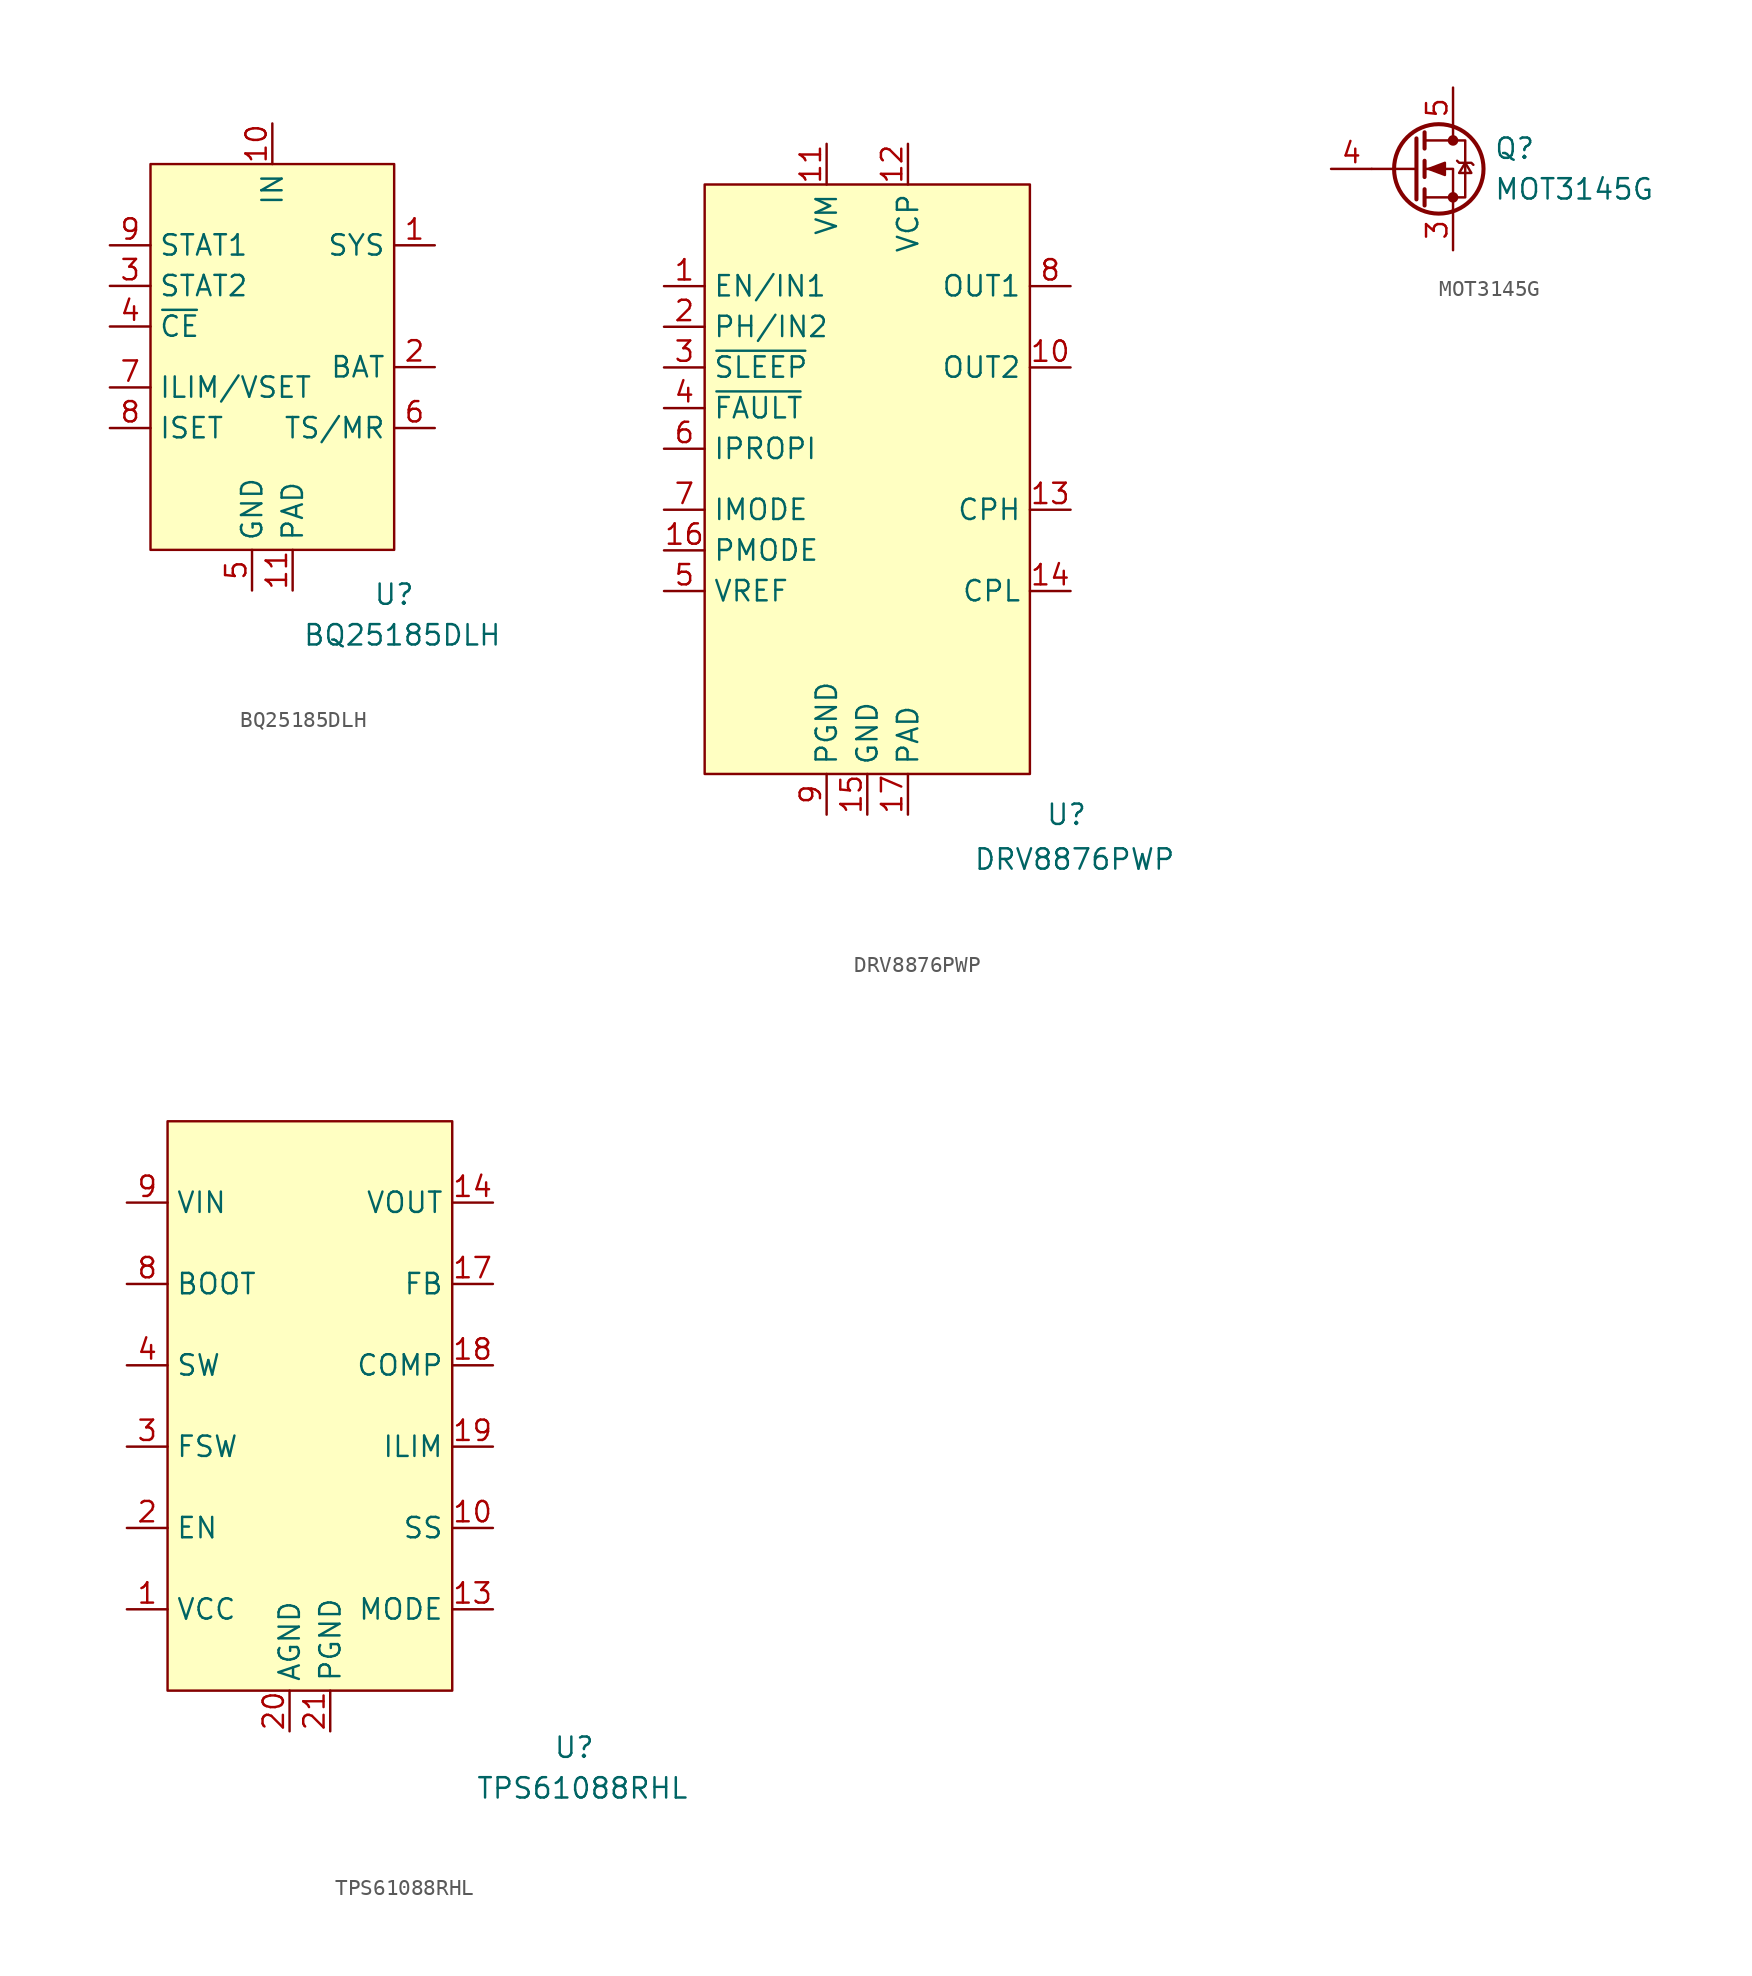
<source format=kicad_sym>
(kicad_symbol_lib
  (version 20231120)
  (generator "kicad_symbol_editor")
  (generator_version "8.0")
  (symbol "BQ25185DLH"
    (property "Reference" "U"
      (at 7.62 -15.494 0)
      (effects (font (size 1.27 1.27))))
    (property "Value" "BQ25185DLH"
      (at 8.128 -18.034 0)
      (effects (font (size 1.27 1.27))))
    (symbol "BQ25185DLH_1_1"
      (rectangle (start -7.62 11.43) (end 7.62 -12.7) (stroke (width 0) (type default)) (fill (type background)))
      (pin power_out line (at 10.16 6.35 180) (length 2.54) (name "SYS" (effects (font (size 1.27 1.27)))) (number "1" (effects (font (size 1.27 1.27)))))
      (pin power_in line (at 0 13.97 270) (length 2.54) (name "IN" (effects (font (size 1.27 1.27)))) (number "10" (effects (font (size 1.27 1.27)))))
      (pin power_in line (at 1.27 -15.24 90) (length 2.54) (name "PAD" (effects (font (size 1.27 1.27)))) (number "11" (effects (font (size 1.27 1.27)))))
      (pin power_out line (at 10.16 -1.27 180) (length 2.54) (name "BAT" (effects (font (size 1.27 1.27)))) (number "2" (effects (font (size 1.27 1.27)))))
      (pin open_collector line (at -10.16 3.81 0) (length 2.54) (name "STAT2" (effects (font (size 1.27 1.27)))) (number "3" (effects (font (size 1.27 1.27)))))
      (pin input line (at -10.16 1.27 0) (length 2.54) (name "~{CE}" (effects (font (size 1.27 1.27)))) (number "4" (effects (font (size 1.27 1.27)))))
      (pin power_in line (at -1.27 -15.24 90) (length 2.54) (name "GND" (effects (font (size 1.27 1.27)))) (number "5" (effects (font (size 1.27 1.27)))))
      (pin bidirectional line (at 10.16 -5.08 180) (length 2.54) (name "TS/MR" (effects (font (size 1.27 1.27)))) (number "6" (effects (font (size 1.27 1.27)))))
      (pin bidirectional line (at -10.16 -2.54 0) (length 2.54) (name "ILIM/VSET" (effects (font (size 1.27 1.27)))) (number "7" (effects (font (size 1.27 1.27)))))
      (pin bidirectional line (at -10.16 -5.08 0) (length 2.54) (name "ISET" (effects (font (size 1.27 1.27)))) (number "8" (effects (font (size 1.27 1.27)))))
      (pin open_collector line (at -10.16 6.35 0) (length 2.54) (name "STAT1" (effects (font (size 1.27 1.27)))) (number "9" (effects (font (size 1.27 1.27)))))))
  (symbol "DRV8876PWP"
    (property "Reference" "U"
      (at 12.446 -21.59 0)
      (effects (font (size 1.27 1.27))))
    (property "Value" "DRV8876PWP"
      (at 12.954 -24.384 0)
      (effects (font (size 1.27 1.27))))
    (symbol "DRV8876PWP_1_1"
      (rectangle (start -10.16 17.78) (end 10.16 -19.05) (stroke (width 0) (type default)) (fill (type background)))
      (pin input line (at -12.7 11.43 0) (length 2.54) (name "EN/IN1" (effects (font (size 1.27 1.27)))) (number "1" (effects (font (size 1.27 1.27)))))
      (pin output line (at 12.7 6.35 180) (length 2.54) (name "OUT2" (effects (font (size 1.27 1.27)))) (number "10" (effects (font (size 1.27 1.27)))))
      (pin power_in line (at -2.54 20.32 270) (length 2.54) (name "VM" (effects (font (size 1.27 1.27)))) (number "11" (effects (font (size 1.27 1.27)))))
      (pin power_out line (at 2.54 20.32 270) (length 2.54) (name "VCP" (effects (font (size 1.27 1.27)))) (number "12" (effects (font (size 1.27 1.27)))))
      (pin passive line (at 12.7 -2.54 180) (length 2.54) (name "CPH" (effects (font (size 1.27 1.27)))) (number "13" (effects (font (size 1.27 1.27)))))
      (pin passive line (at 12.7 -7.62 180) (length 2.54) (name "CPL" (effects (font (size 1.27 1.27)))) (number "14" (effects (font (size 1.27 1.27)))))
      (pin power_in line (at 0 -21.59 90) (length 2.54) (name "GND" (effects (font (size 1.27 1.27)))) (number "15" (effects (font (size 1.27 1.27)))))
      (pin input line (at -12.7 -5.08 0) (length 2.54) (name "PMODE" (effects (font (size 1.27 1.27)))) (number "16" (effects (font (size 1.27 1.27)))))
      (pin power_in line (at 2.54 -21.59 90) (length 2.54) (name "PAD" (effects (font (size 1.27 1.27)))) (number "17" (effects (font (size 1.27 1.27)))))
      (pin input line (at -12.7 8.89 0) (length 2.54) (name "PH/IN2" (effects (font (size 1.27 1.27)))) (number "2" (effects (font (size 1.27 1.27)))))
      (pin input line (at -12.7 6.35 0) (length 2.54) (name "~{SLEEP}" (effects (font (size 1.27 1.27)))) (number "3" (effects (font (size 1.27 1.27)))))
      (pin open_collector line (at -12.7 3.81 0) (length 2.54) (name "~{FAULT}" (effects (font (size 1.27 1.27)))) (number "4" (effects (font (size 1.27 1.27)))))
      (pin input line (at -12.7 -7.62 0) (length 2.54) (name "VREF" (effects (font (size 1.27 1.27)))) (number "5" (effects (font (size 1.27 1.27)))))
      (pin output line (at -12.7 1.27 0) (length 2.54) (name "IPROPI" (effects (font (size 1.27 1.27)))) (number "6" (effects (font (size 1.27 1.27)))))
      (pin input line (at -12.7 -2.54 0) (length 2.54) (name "IMODE" (effects (font (size 1.27 1.27)))) (number "7" (effects (font (size 1.27 1.27)))))
      (pin output line (at 12.7 11.43 180) (length 2.54) (name "OUT1" (effects (font (size 1.27 1.27)))) (number "8" (effects (font (size 1.27 1.27)))))
      (pin power_in line (at -2.54 -21.59 90) (length 2.54) (name "PGND" (effects (font (size 1.27 1.27)))) (number "9" (effects (font (size 1.27 1.27)))))))
  (symbol "MOT3145G"
    (pin_names
      (offset 0) hide)
    (property "Reference" "Q"
      (at 5.08 1.27 0)
      (effects (font (size 1.27 1.27)) (justify left)))
    (property "Value" "MOT3145G"
      (at 5.08 -1.27 0)
      (effects (font (size 1.27 1.27)) (justify left)))
    (symbol "MOT3145G_0_1"
      (polyline (pts (xy 0.254 0) (xy -2.54 0)) (stroke (width 0) (type default)) (fill (type none)))
      (polyline (pts (xy 0.254 1.905) (xy 0.254 -1.905)) (stroke (width 0.254) (type default)) (fill (type none)))
      (polyline (pts (xy 0.762 -1.27) (xy 0.762 -2.286)) (stroke (width 0.254) (type default)) (fill (type none)))
      (polyline (pts (xy 0.762 0.508) (xy 0.762 -0.508)) (stroke (width 0.254) (type default)) (fill (type none)))
      (polyline (pts (xy 0.762 2.286) (xy 0.762 1.27)) (stroke (width 0.254) (type default)) (fill (type none)))
      (polyline (pts (xy 2.54 2.54) (xy 2.54 1.778)) (stroke (width 0) (type default)) (fill (type none)))
      (polyline (pts (xy 2.54 -2.54) (xy 2.54 0) (xy 0.762 0)) (stroke (width 0) (type default)) (fill (type none)))
      (polyline (pts (xy 0.762 -1.778) (xy 3.302 -1.778) (xy 3.302 1.778) (xy 0.762 1.778)) (stroke (width 0) (type default)) (fill (type none)))
      (polyline (pts (xy 1.016 0) (xy 2.032 0.381) (xy 2.032 -0.381) (xy 1.016 0)) (stroke (width 0) (type default)) (fill (type outline)))
      (polyline (pts (xy 2.794 0.508) (xy 2.921 0.381) (xy 3.683 0.381) (xy 3.81 0.254)) (stroke (width 0) (type default)) (fill (type none)))
      (polyline (pts (xy 3.302 0.381) (xy 2.921 -0.254) (xy 3.683 -0.254) (xy 3.302 0.381)) (stroke (width 0) (type default)) (fill (type none)))
      (circle (center 1.651 0) (radius 2.794) (stroke (width 0.254) (type default)) (fill (type none)))
      (circle (center 2.54 -1.778) (radius 0.254) (stroke (width 0) (type default)) (fill (type outline)))
      (circle (center 2.54 1.778) (radius 0.254) (stroke (width 0) (type default)) (fill (type outline))))
    (symbol "MOT3145G_1_1"
      (pin passive line (at 2.54 -5.08 90) (length 2.54) hide (name "S" (effects (font (size 1.27 1.27)))) (number "1" (effects (font (size 1.27 1.27)))))
      (pin passive line (at 2.54 -5.08 90) (length 2.54) hide (name "S" (effects (font (size 1.27 1.27)))) (number "2" (effects (font (size 1.27 1.27)))))
      (pin passive line (at 2.54 -5.08 90) (length 2.54) (name "S" (effects (font (size 1.27 1.27)))) (number "3" (effects (font (size 1.27 1.27)))))
      (pin input line (at -5.08 0 0) (length 2.54) (name "G" (effects (font (size 1.27 1.27)))) (number "4" (effects (font (size 1.27 1.27)))))
      (pin passive line (at 2.54 5.08 270) (length 2.54) (name "D" (effects (font (size 1.27 1.27)))) (number "5" (effects (font (size 1.27 1.27)))))))
  (symbol "TPS61088RHL"
    (property "Reference" "U"
      (at 16.51 -21.336 0)
      (effects (font (size 1.27 1.27))))
    (property "Value" "TPS61088RHL"
      (at 17.018 -23.876 0)
      (effects (font (size 1.27 1.27))))
    (symbol "TPS61088RHL_1_1"
      (rectangle (start -8.89 17.78) (end 8.89 -17.78) (stroke (width 0) (type default)) (fill (type background)))
      (pin power_out line (at -11.43 -12.7 0) (length 2.54) (name "VCC" (effects (font (size 1.27 1.27)))) (number "1" (effects (font (size 1.27 1.27)))))
      (pin output line (at 11.43 -7.62 180) (length 2.54) (name "SS" (effects (font (size 1.27 1.27)))) (number "10" (effects (font (size 1.27 1.27)))))
      (pin no_connect line (at 7.62 -20.32 90) (length 2.54) hide (name "NC" (effects (font (size 1.27 1.27)))) (number "11" (effects (font (size 1.27 1.27)))))
      (pin no_connect line (at 5.08 -20.32 90) (length 2.54) hide (name "NC" (effects (font (size 1.27 1.27)))) (number "12" (effects (font (size 1.27 1.27)))))
      (pin input line (at 11.43 -12.7 180) (length 2.54) (name "MODE" (effects (font (size 1.27 1.27)))) (number "13" (effects (font (size 1.27 1.27)))))
      (pin power_out line (at 11.43 12.7 180) (length 2.54) (name "VOUT" (effects (font (size 1.27 1.27)))) (number "14" (effects (font (size 1.27 1.27)))))
      (pin power_out line (at 11.43 12.7 180) (length 2.54) hide (name "VOUT" (effects (font (size 1.27 1.27)))) (number "15" (effects (font (size 1.27 1.27)))))
      (pin power_out line (at 11.43 12.7 180) (length 2.54) hide (name "VOUT" (effects (font (size 1.27 1.27)))) (number "16" (effects (font (size 1.27 1.27)))))
      (pin input line (at 11.43 7.62 180) (length 2.54) (name "FB" (effects (font (size 1.27 1.27)))) (number "17" (effects (font (size 1.27 1.27)))))
      (pin output line (at 11.43 2.54 180) (length 2.54) (name "COMP" (effects (font (size 1.27 1.27)))) (number "18" (effects (font (size 1.27 1.27)))))
      (pin output line (at 11.43 -2.54 180) (length 2.54) (name "ILIM" (effects (font (size 1.27 1.27)))) (number "19" (effects (font (size 1.27 1.27)))))
      (pin input line (at -11.43 -7.62 0) (length 2.54) (name "EN" (effects (font (size 1.27 1.27)))) (number "2" (effects (font (size 1.27 1.27)))))
      (pin power_in line (at -1.27 -20.32 90) (length 2.54) (name "AGND" (effects (font (size 1.27 1.27)))) (number "20" (effects (font (size 1.27 1.27)))))
      (pin power_in line (at 1.27 -20.32 90) (length 2.54) (name "PGND" (effects (font (size 1.27 1.27)))) (number "21" (effects (font (size 1.27 1.27)))))
      (pin input line (at -11.43 -2.54 0) (length 2.54) (name "FSW" (effects (font (size 1.27 1.27)))) (number "3" (effects (font (size 1.27 1.27)))))
      (pin input line (at -11.43 2.54 0) (length 2.54) (name "SW" (effects (font (size 1.27 1.27)))) (number "4" (effects (font (size 1.27 1.27)))))
      (pin input line (at -11.43 2.54 0) (length 2.54) hide (name "SW" (effects (font (size 1.27 1.27)))) (number "5" (effects (font (size 1.27 1.27)))))
      (pin input line (at -11.43 2.54 0) (length 2.54) hide (name "SW" (effects (font (size 1.27 1.27)))) (number "6" (effects (font (size 1.27 1.27)))))
      (pin input line (at -11.43 2.54 0) (length 2.54) hide (name "SW" (effects (font (size 1.27 1.27)))) (number "7" (effects (font (size 1.27 1.27)))))
      (pin output line (at -11.43 7.62 0) (length 2.54) (name "BOOT" (effects (font (size 1.27 1.27)))) (number "8" (effects (font (size 1.27 1.27)))))
      (pin power_in line (at -11.43 12.7 0) (length 2.54) (name "VIN" (effects (font (size 1.27 1.27)))) (number "9" (effects (font (size 1.27 1.27))))))))
</source>
